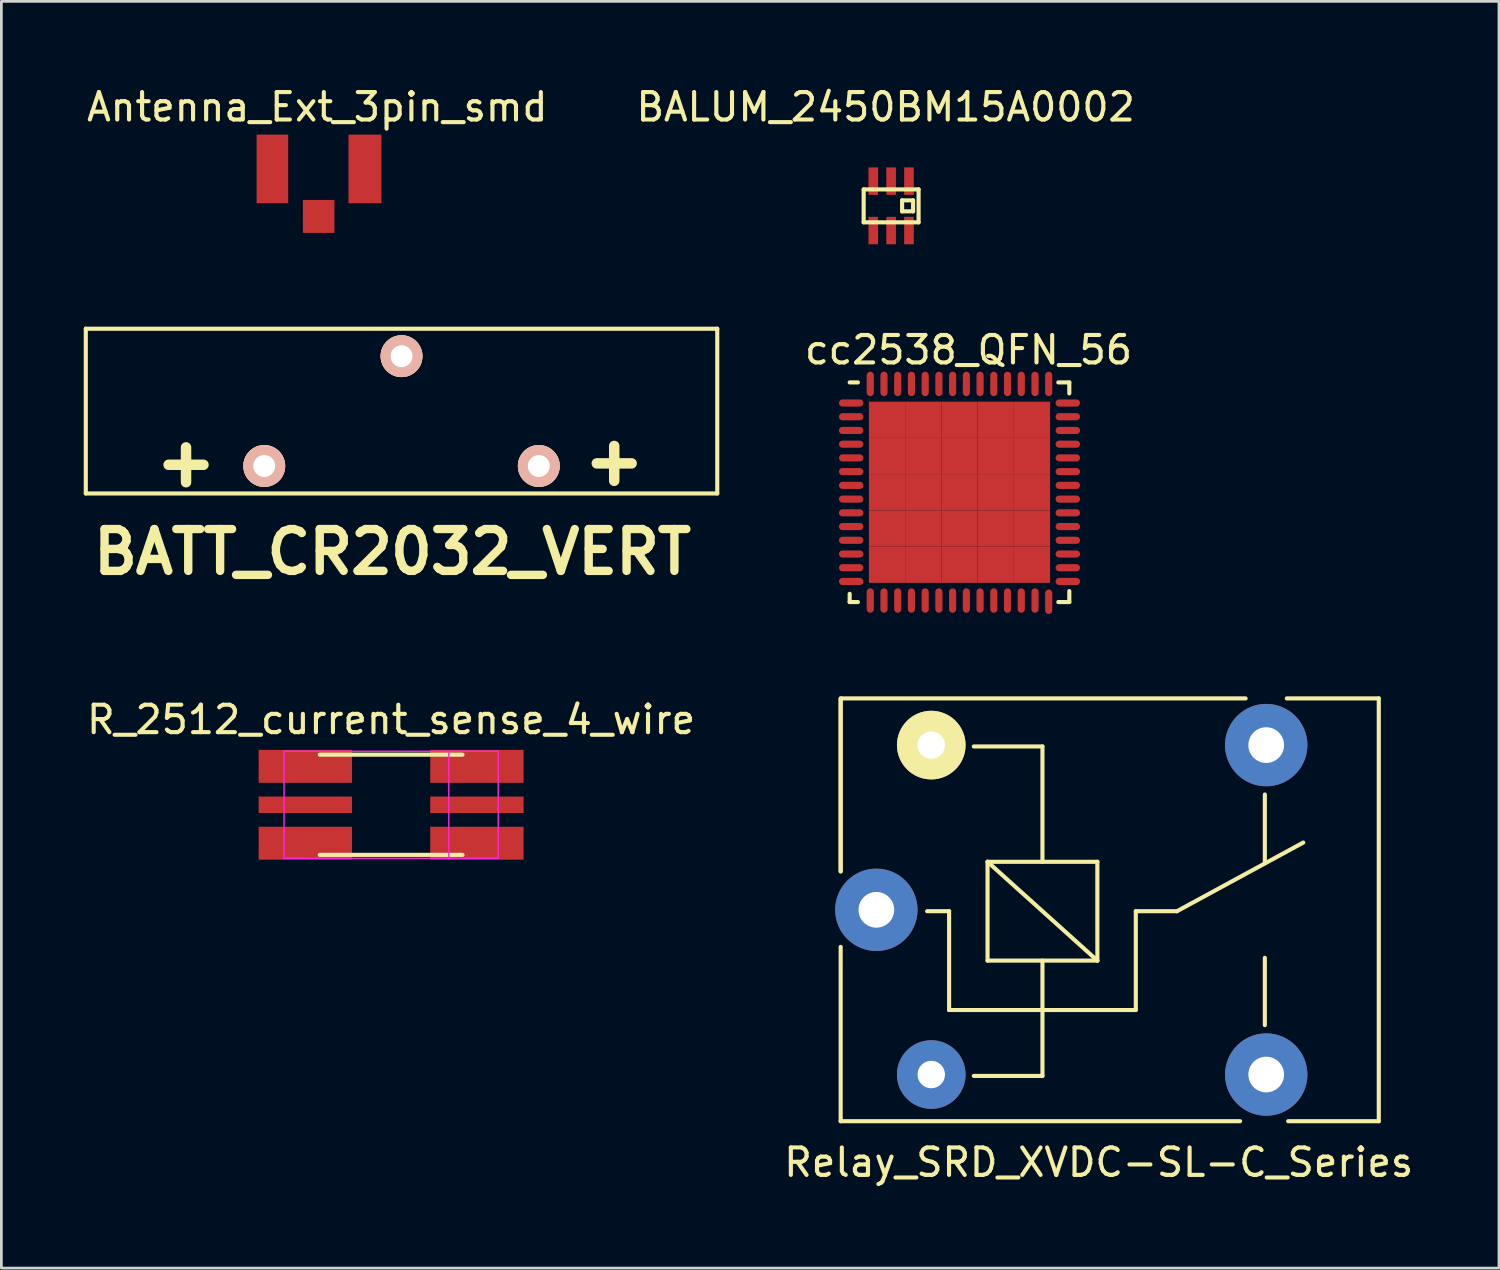
<source format=kicad_pcb>
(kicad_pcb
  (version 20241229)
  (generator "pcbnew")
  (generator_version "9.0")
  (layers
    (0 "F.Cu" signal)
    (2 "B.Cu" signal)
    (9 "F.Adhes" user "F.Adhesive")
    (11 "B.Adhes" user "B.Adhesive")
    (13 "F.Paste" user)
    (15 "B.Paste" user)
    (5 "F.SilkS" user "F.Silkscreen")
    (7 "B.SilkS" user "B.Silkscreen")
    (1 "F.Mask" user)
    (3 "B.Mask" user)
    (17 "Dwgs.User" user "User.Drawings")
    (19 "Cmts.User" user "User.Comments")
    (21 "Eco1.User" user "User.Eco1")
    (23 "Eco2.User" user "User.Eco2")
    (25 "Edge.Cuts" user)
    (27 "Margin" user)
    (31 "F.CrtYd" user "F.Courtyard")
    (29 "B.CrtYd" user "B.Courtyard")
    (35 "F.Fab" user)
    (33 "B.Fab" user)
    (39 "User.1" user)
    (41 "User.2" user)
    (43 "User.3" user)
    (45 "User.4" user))
  (footprint "Relay_SRD_XVDC-SL-C_Series"
    (layer "F.Cu")
    (at 28.87 30.089)
    (property "Reference" "Relay_SRD_XVDC-SL-C_Series" (at 8.1 9.2 0) (layer "F.SilkS") (effects (font (size 1 1) (thickness 0.15))))
    (attr through_hole)
    (fp_line (start -1.3 -7.7) (end 13.45 -7.7) (stroke (width 0.15) (type solid)) (layer "F.SilkS"))
    (fp_line (start -1.3 -7.65) (end -1.3 -1.4) (stroke (width 0.15) (type solid)) (layer "F.SilkS"))
    (fp_line (start -1.3 -1.4) (end -1.3 -7.7) (stroke (width 0.15) (type solid)) (layer "F.SilkS"))
    (fp_line (start -1.3 1.35) (end -1.3 7.7) (stroke (width 0.15) (type solid)) (layer "F.SilkS"))
    (fp_line (start -1.3 7.7) (end 13.25 7.7) (stroke (width 0.15) (type solid)) (layer "F.SilkS"))
    (fp_line (start 2.65 0.05) (end 1.85 0.05) (stroke (width 0.15) (type solid)) (layer "F.SilkS"))
    (fp_line (start 2.65 0.05) (end 2.65 3.65) (stroke (width 0.15) (type solid)) (layer "F.SilkS"))
    (fp_line (start 3.55 6.05) (end 6.05 6.05) (stroke (width 0.15) (type solid)) (layer "F.SilkS"))
    (fp_line (start 4.05 -1.75) (end 8.05 -1.75) (stroke (width 0.15) (type solid)) (layer "F.SilkS"))
    (fp_line (start 4.05 1.85) (end 4.05 -1.75) (stroke (width 0.15) (type solid)) (layer "F.SilkS"))
    (fp_line (start 6.05 -5.95) (end 3.55 -5.95) (stroke (width 0.15) (type solid)) (layer "F.SilkS"))
    (fp_line (start 6.05 -5.95) (end 6.05 -1.75) (stroke (width 0.15) (type solid)) (layer "F.SilkS"))
    (fp_line (start 6.05 1.85) (end 6.05 6.05) (stroke (width 0.15) (type solid)) (layer "F.SilkS"))
    (fp_line (start 8.05 -1.75) (end 8.05 1.85) (stroke (width 0.15) (type solid)) (layer "F.SilkS"))
    (fp_line (start 8.05 1.85) (end 4.05 -1.75) (stroke (width 0.15) (type solid)) (layer "F.SilkS"))
    (fp_line (start 8.05 1.85) (end 4.05 1.85) (stroke (width 0.15) (type solid)) (layer "F.SilkS"))
    (fp_line (start 9.45 0.05) (end 9.45 3.65) (stroke (width 0.15) (type solid)) (layer "F.SilkS"))
    (fp_line (start 9.45 0.05) (end 10.95 0.05) (stroke (width 0.15) (type solid)) (layer "F.SilkS"))
    (fp_line (start 9.45 3.65) (end 2.65 3.65) (stroke (width 0.15) (type solid)) (layer "F.SilkS"))
    (fp_line (start 10.95 0.05) (end 15.55 -2.45) (stroke (width 0.15) (type solid)) (layer "F.SilkS"))
    (fp_line (start 14.15 -4.2) (end 14.15 -1.7) (stroke (width 0.15) (type solid)) (layer "F.SilkS"))
    (fp_line (start 14.15 4.2) (end 14.15 1.75) (stroke (width 0.15) (type solid)) (layer "F.SilkS"))
    (fp_line (start 15 7.7) (end 18.3 7.7) (stroke (width 0.15) (type solid)) (layer "F.SilkS"))
    (fp_line (start 18.3 -7.7) (end 14.95 -7.7) (stroke (width 0.15) (type solid)) (layer "F.SilkS"))
    (fp_line (start 18.3 7.7) (end 18.3 -7.7) (stroke (width 0.15) (type solid)) (layer "F.SilkS"))
    (pad "1" thru_hole circle (at 14.2 6 90) (size 3 3) (drill 1.3) (layers "*.Cu" "*.Mask"))
    (pad "2" thru_hole circle (at 0 0 90) (size 3 3) (drill 1.3) (layers "*.Cu" "*.Mask"))
    (pad "3" thru_hole circle (at 14.2 -6 90) (size 3 3) (drill 1.3) (layers "*.Cu" "*.Mask"))
    (pad "4" thru_hole circle (at 2 -6 90) (size 2.5 2.5) (drill 1) (layers "*.Cu" "*.Mask" "F.SilkS"))
    (pad "5" thru_hole circle (at 2 6 90) (size 2.5 2.5) (drill 1) (layers "*.Cu" "*.Mask")))
  (footprint "cc2538_QFN_56"
    (layer "F.Cu")
    (at 31.898 14.879)
    (property "Reference" "cc2538_QFN_56" (at 0.329 -5.183 0) (layer "F.SilkS") (effects (font (size 1 1) (thickness 0.15))))
    (attr smd)
    (fp_line (start -4 -4) (end -3.7 -4) (stroke (width 0.15) (type solid)) (layer "F.SilkS"))
    (fp_line (start -4 3.7) (end -4 4) (stroke (width 0.15) (type solid)) (layer "F.SilkS"))
    (fp_line (start -4 4) (end -3.7 4) (stroke (width 0.15) (type solid)) (layer "F.SilkS"))
    (fp_line (start 3.6 -4) (end 4 -4) (stroke (width 0.15) (type solid)) (layer "F.SilkS"))
    (fp_line (start 3.6 4) (end 4 4) (stroke (width 0.15) (type solid)) (layer "F.SilkS"))
    (fp_line (start 4 -4) (end 4 -3.6) (stroke (width 0.15) (type solid)) (layer "F.SilkS"))
    (fp_line (start 4 4) (end 4 3.6) (stroke (width 0.15) (type solid)) (layer "F.SilkS"))
    (pad "1" smd oval (at -3.945 -3.25 270) (size 0.26 0.89) (layers "F.Cu" "F.Mask" "F.Paste"))
    (pad "2" smd oval (at -3.945 -2.75 270) (size 0.26 0.89) (layers "F.Cu" "F.Mask" "F.Paste"))
    (pad "3" smd oval (at -3.945 -2.25 270) (size 0.26 0.89) (layers "F.Cu" "F.Mask" "F.Paste"))
    (pad "4" smd oval (at -3.945 -1.75 270) (size 0.26 0.89) (layers "F.Cu" "F.Mask" "F.Paste"))
    (pad "5" smd oval (at -3.945 -1.25 270) (size 0.26 0.89) (layers "F.Cu" "F.Mask" "F.Paste"))
    (pad "6" smd oval (at -3.945 -0.75 270) (size 0.26 0.89) (layers "F.Cu" "F.Mask" "F.Paste"))
    (pad "7" smd oval (at -3.945 -0.25 270) (size 0.26 0.89) (layers "F.Cu" "F.Mask" "F.Paste"))
    (pad "8" smd oval (at -3.945 0.25 270) (size 0.26 0.89) (layers "F.Cu" "F.Mask" "F.Paste"))
    (pad "9" smd oval (at -3.945 0.75 270) (size 0.26 0.89) (layers "F.Cu" "F.Mask" "F.Paste"))
    (pad "10" smd oval (at -3.945 1.25 270) (size 0.26 0.89) (layers "F.Cu" "F.Mask" "F.Paste"))
    (pad "11" smd oval (at -3.945 1.75 270) (size 0.26 0.89) (layers "F.Cu" "F.Mask" "F.Paste"))
    (pad "12" smd oval (at -3.945 2.25 270) (size 0.26 0.89) (layers "F.Cu" "F.Mask" "F.Paste"))
    (pad "13" smd oval (at -3.945 2.75 270) (size 0.26 0.89) (layers "F.Cu" "F.Mask" "F.Paste"))
    (pad "14" smd oval (at -3.945 3.25 270) (size 0.26 0.89) (layers "F.Cu" "F.Mask" "F.Paste"))
    (pad "15" smd oval (at -3.25 3.945 180) (size 0.26 0.89) (layers "F.Cu" "F.Mask" "F.Paste"))
    (pad "16" smd oval (at -2.75 3.945 180) (size 0.26 0.89) (layers "F.Cu" "F.Mask" "F.Paste"))
    (pad "17" smd oval (at -2.25 3.945 180) (size 0.26 0.89) (layers "F.Cu" "F.Mask" "F.Paste"))
    (pad "18" smd oval (at -1.75 3.945 180) (size 0.26 0.89) (layers "F.Cu" "F.Mask" "F.Paste"))
    (pad "19" smd oval (at -1.25 3.945 180) (size 0.26 0.89) (layers "F.Cu" "F.Mask" "F.Paste"))
    (pad "20" smd oval (at -0.75 3.945 180) (size 0.26 0.89) (layers "F.Cu" "F.Mask" "F.Paste"))
    (pad "21" smd oval (at -0.25 3.945 180) (size 0.26 0.89) (layers "F.Cu" "F.Mask" "F.Paste"))
    (pad "22" smd oval (at 0.25 3.945 180) (size 0.26 0.89) (layers "F.Cu" "F.Mask" "F.Paste"))
    (pad "23" smd oval (at 0.75 3.945 180) (size 0.26 0.89) (layers "F.Cu" "F.Mask" "F.Paste"))
    (pad "24" smd oval (at 1.25 3.945 180) (size 0.26 0.89) (layers "F.Cu" "F.Mask" "F.Paste"))
    (pad "25" smd oval (at 1.75 3.945 180) (size 0.26 0.89) (layers "F.Cu" "F.Mask" "F.Paste"))
    (pad "26" smd oval (at 2.25 3.945 180) (size 0.26 0.89) (layers "F.Cu" "F.Mask" "F.Paste"))
    (pad "27" smd oval (at 2.75 3.945 180) (size 0.26 0.89) (layers "F.Cu" "F.Mask" "F.Paste"))
    (pad "28" smd oval (at 3.25 3.99 180) (size 0.26 0.89) (layers "F.Cu" "F.Mask" "F.Paste"))
    (pad "29" smd oval (at 3.945 3.25 270) (size 0.26 0.89) (layers "F.Cu" "F.Mask" "F.Paste"))
    (pad "30" smd oval (at 3.945 2.75 270) (size 0.26 0.89) (layers "F.Cu" "F.Mask" "F.Paste"))
    (pad "31" smd oval (at 3.945 2.25 270) (size 0.26 0.89) (layers "F.Cu" "F.Mask" "F.Paste"))
    (pad "32" smd oval (at 3.945 1.75 270) (size 0.26 0.89) (layers "F.Cu" "F.Mask" "F.Paste"))
    (pad "33" smd oval (at 3.945 1.25 270) (size 0.26 0.89) (layers "F.Cu" "F.Mask" "F.Paste"))
    (pad "34" smd oval (at 3.945 0.75 270) (size 0.26 0.89) (layers "F.Cu" "F.Mask" "F.Paste"))
    (pad "35" smd oval (at 3.945 0.25 270) (size 0.26 0.89) (layers "F.Cu" "F.Mask" "F.Paste"))
    (pad "36" smd oval (at 3.945 -0.25 270) (size 0.26 0.89) (layers "F.Cu" "F.Mask" "F.Paste"))
    (pad "37" smd oval (at 3.945 -0.75 270) (size 0.26 0.89) (layers "F.Cu" "F.Mask" "F.Paste"))
    (pad "38" smd oval (at 3.945 -1.25 270) (size 0.26 0.89) (layers "F.Cu" "F.Mask" "F.Paste"))
    (pad "39" smd oval (at 3.945 -1.75 270) (size 0.26 0.89) (layers "F.Cu" "F.Mask" "F.Paste"))
    (pad "40" smd oval (at 3.945 -2.25 270) (size 0.26 0.89) (layers "F.Cu" "F.Mask" "F.Paste"))
    (pad "41" smd oval (at 3.945 -2.75 270) (size 0.26 0.89) (layers "F.Cu" "F.Mask" "F.Paste"))
    (pad "42" smd oval (at 3.945 -3.25 270) (size 0.26 0.89) (layers "F.Cu" "F.Mask" "F.Paste"))
    (pad "43" smd oval (at 3.25 -3.945 180) (size 0.26 0.89) (layers "F.Cu" "F.Mask" "F.Paste"))
    (pad "44" smd oval (at 2.75 -3.945 180) (size 0.26 0.89) (layers "F.Cu" "F.Mask" "F.Paste"))
    (pad "45" smd oval (at 2.25 -3.945 180) (size 0.26 0.89) (layers "F.Cu" "F.Mask" "F.Paste"))
    (pad "46" smd oval (at 1.75 -3.945 180) (size 0.26 0.89) (layers "F.Cu" "F.Mask" "F.Paste"))
    (pad "47" smd oval (at 1.25 -3.945 180) (size 0.26 0.89) (layers "F.Cu" "F.Mask" "F.Paste"))
    (pad "48" smd oval (at 0.75 -3.945 180) (size 0.26 0.89) (layers "F.Cu" "F.Mask" "F.Paste"))
    (pad "49" smd oval (at 0.25 -3.945 180) (size 0.26 0.89) (layers "F.Cu" "F.Mask" "F.Paste"))
    (pad "50" smd oval (at -0.25 -3.945 180) (size 0.26 0.89) (layers "F.Cu" "F.Mask" "F.Paste"))
    (pad "51" smd oval (at -0.75 -3.945 180) (size 0.26 0.89) (layers "F.Cu" "F.Mask" "F.Paste"))
    (pad "52" smd oval (at -1.25 -3.945 180) (size 0.26 0.89) (layers "F.Cu" "F.Mask" "F.Paste"))
    (pad "53" smd oval (at -1.75 -3.945 180) (size 0.26 0.89) (layers "F.Cu" "F.Mask" "F.Paste"))
    (pad "54" smd oval (at -2.25 -3.945 180) (size 0.26 0.89) (layers "F.Cu" "F.Mask" "F.Paste"))
    (pad "55" smd oval (at -2.75 -3.945 180) (size 0.26 0.89) (layers "F.Cu" "F.Mask" "F.Paste"))
    (pad "56" smd oval (at -3.25 -3.945 180) (size 0.26 0.89) (layers "F.Cu" "F.Mask" "F.Paste"))
    (pad "57" smd rect (at -2.64 -2.64 180) (size 1.32 1.32) (layers "F.Cu" "F.Mask" "F.Paste"))
    (pad "57" smd rect (at -2.64 -1.32 180) (size 1.32 1.32) (layers "F.Cu" "F.Mask" "F.Paste"))
    (pad "57" smd rect (at -2.64 0 180) (size 1.32 1.32) (layers "F.Cu" "F.Mask" "F.Paste"))
    (pad "57" smd rect (at -2.64 1.32 180) (size 1.32 1.32) (layers "F.Cu" "F.Mask" "F.Paste"))
    (pad "57" smd rect (at -2.64 2.64 180) (size 1.32 1.32) (layers "F.Cu" "F.Mask" "F.Paste"))
    (pad "57" smd rect (at -1.32 -2.64 180) (size 1.32 1.32) (layers "F.Cu" "F.Mask" "F.Paste"))
    (pad "57" smd rect (at -1.32 -1.32 180) (size 1.32 1.32) (layers "F.Cu" "F.Mask" "F.Paste"))
    (pad "57" smd rect (at -1.32 0 180) (size 1.32 1.32) (layers "F.Cu" "F.Mask" "F.Paste"))
    (pad "57" smd rect (at -1.32 1.32 180) (size 1.32 1.32) (layers "F.Cu" "F.Mask" "F.Paste"))
    (pad "57" smd rect (at -1.32 2.64 180) (size 1.32 1.32) (layers "F.Cu" "F.Mask" "F.Paste"))
    (pad "57" smd rect (at 0 -2.64 180) (size 1.32 1.32) (layers "F.Cu" "F.Mask" "F.Paste"))
    (pad "57" smd rect (at 0 -1.32 180) (size 1.32 1.32) (layers "F.Cu" "F.Mask" "F.Paste"))
    (pad "57" smd rect (at 0 0 180) (size 1.32 1.32) (layers "F.Cu" "F.Mask" "F.Paste"))
    (pad "57" smd rect (at 0 1.32 180) (size 1.32 1.32) (layers "F.Cu" "F.Mask" "F.Paste"))
    (pad "57" smd rect (at 0 2.64 180) (size 1.32 1.32) (layers "F.Cu" "F.Mask" "F.Paste"))
    (pad "57" smd rect (at 1.32 -2.64 180) (size 1.32 1.32) (layers "F.Cu" "F.Mask" "F.Paste"))
    (pad "57" smd rect (at 1.32 -1.32 180) (size 1.32 1.32) (layers "F.Cu" "F.Mask" "F.Paste"))
    (pad "57" smd rect (at 1.32 0 180) (size 1.32 1.32) (layers "F.Cu" "F.Mask" "F.Paste"))
    (pad "57" smd rect (at 1.32 1.32 180) (size 1.32 1.32) (layers "F.Cu" "F.Mask" "F.Paste"))
    (pad "57" smd rect (at 1.32 2.64 180) (size 1.32 1.32) (layers "F.Cu" "F.Mask" "F.Paste"))
    (pad "57" smd rect (at 2.64 -2.64 180) (size 1.32 1.32) (layers "F.Cu" "F.Mask" "F.Paste"))
    (pad "57" smd rect (at 2.64 -1.32 180) (size 1.32 1.32) (layers "F.Cu" "F.Mask" "F.Paste"))
    (pad "57" smd rect (at 2.64 0 180) (size 1.32 1.32) (layers "F.Cu" "F.Mask" "F.Paste"))
    (pad "57" smd rect (at 2.64 1.32 180) (size 1.32 1.32) (layers "F.Cu" "F.Mask" "F.Paste"))
    (pad "57" smd rect (at 2.64 2.64 180) (size 1.32 1.32) (layers "F.Cu" "F.Mask" "F.Paste")))
  (footprint "Antenna_Ext_3pin_smd"
    (layer "F.Cu")
    (at 8.557 4.353)
    (property "Reference" "Antenna_Ext_3pin_smd" (at -0.051 -3.505 0) (layer "F.SilkS") (effects (font (size 1 1) (thickness 0.15))))
    (attr through_hole)
    (pad "1" smd rect (at 0 0.48) (size 1.15 1.2) (layers "F.Cu" "F.Mask" "F.Paste"))
    (pad "2" smd rect (at -1.685 -1.25 90) (size 2.5 1.15) (layers "F.Cu" "F.Mask" "F.Paste"))
    (pad "2" smd rect (at 1.685 -1.25) (size 1.2 2.5) (layers "F.Cu" "F.Mask" "F.Paste")))
  (footprint "BALUM_2450BM15A0002"
    (layer "F.Cu")
    (at 29.408 4.448)
    (property "Reference" "BALUM_2450BM15A0002" (at -0.2 -3.6 0) (layer "F.SilkS") (effects (font (size 1 1) (thickness 0.15))))
    (attr through_hole)
    (fp_line (start -1 -0.6) (end 1 -0.6) (stroke (width 0.15) (type solid)) (layer "F.SilkS"))
    (fp_line (start -1 0.6) (end -1 -0.6) (stroke (width 0.15) (type solid)) (layer "F.SilkS"))
    (fp_line (start 0.4 -0.2) (end 0.4 0.2) (stroke (width 0.15) (type solid)) (layer "F.SilkS"))
    (fp_line (start 0.4 0.2) (end 0.8 0.2) (stroke (width 0.15) (type solid)) (layer "F.SilkS"))
    (fp_line (start 0.8 -0.2) (end 0.4 -0.2) (stroke (width 0.15) (type solid)) (layer "F.SilkS"))
    (fp_line (start 0.8 0.2) (end 0.8 -0.2) (stroke (width 0.15) (type solid)) (layer "F.SilkS"))
    (fp_line (start 1 -0.6) (end 1 0.6) (stroke (width 0.15) (type solid)) (layer "F.SilkS"))
    (fp_line (start 1 0.6) (end -1 0.6) (stroke (width 0.15) (type solid)) (layer "F.SilkS"))
    (pad "1" smd rect (at 0.65 -0.9) (size 0.35 1) (layers "F.Cu" "F.Mask" "F.Paste"))
    (pad "2" smd rect (at 0 -0.9) (size 0.35 1) (layers "F.Cu" "F.Mask" "F.Paste"))
    (pad "3" smd rect (at -0.65 -0.9) (size 0.35 1) (layers "F.Cu" "F.Mask" "F.Paste"))
    (pad "4" smd rect (at -0.65 0.9) (size 0.35 1) (layers "F.Cu" "F.Mask" "F.Paste"))
    (pad "5" smd rect (at 0 0.9) (size 0.35 1) (layers "F.Cu" "F.Mask" "F.Paste"))
    (pad "6" smd rect (at 0.65 0.9) (size 0.35 1) (layers "F.Cu" "F.Mask" "F.Paste")))
  (footprint "BATT_CR2032_VERT"
    (layer "F.Cu")
    (at 11.575 11.923)
    (property "Reference" "BATT_CR2032_VERT" (at -0.33 5.131 0) (layer "F.SilkS") (effects (font (size 1.524 1.524) (thickness 0.305))))
    (attr through_hole)
    (fp_line (start -11.5 -3) (end -11.5 3) (stroke (width 0.15) (type solid)) (layer "F.SilkS"))
    (fp_line (start -11.5 -3) (end 11.5 -3) (stroke (width 0.15) (type solid)) (layer "F.SilkS"))
    (fp_line (start -11.5 3) (end 11.5 3) (stroke (width 0.15) (type solid)) (layer "F.SilkS"))
    (fp_line (start -8.484 1.956) (end -7.214 1.956) (stroke (width 0.381) (type solid)) (layer "F.SilkS"))
    (fp_line (start -7.849 1.321) (end -7.849 2.591) (stroke (width 0.381) (type solid)) (layer "F.SilkS"))
    (fp_line (start 7.112 1.905) (end 8.382 1.905) (stroke (width 0.381) (type solid)) (layer "F.SilkS"))
    (fp_line (start 7.747 1.27) (end 7.747 2.54) (stroke (width 0.381) (type solid)) (layer "F.SilkS"))
    (fp_line (start 11.5 -3) (end 11.5 3) (stroke (width 0.15) (type solid)) (layer "F.SilkS"))
    (pad "1" thru_hole circle (at -5 2) (size 1.524 1.524) (drill 0.8) (layers "*.Cu" "*.SilkS" "*.Mask"))
    (pad "1" thru_hole circle (at 5 2) (size 1.524 1.524) (drill 0.8) (layers "*.Cu" "*.SilkS" "*.Mask"))
    (pad "2" thru_hole circle (at 0 -2) (size 1.524 1.524) (drill 0.8) (layers "*.Cu" "*.SilkS" "*.Mask")))
  (footprint "R_2512_current_sense_4_wire"
    (layer "F.Cu")
    (at 11.196 26.263)
    (property "Reference" "R_2512_current_sense_4_wire" (at 0 -3.1 0) (layer "F.SilkS") (effects (font (size 1 1) (thickness 0.15))))
    (attr smd)
    (fp_line (start -2.6 -1.825) (end 2.6 -1.825) (stroke (width 0.15) (type solid)) (layer "F.SilkS"))
    (fp_line (start 2.6 1.825) (end -2.6 1.825) (stroke (width 0.15) (type solid)) (layer "F.SilkS"))
    (fp_line (start -3.9 -1.95) (end -3.9 1.95) (stroke (width 0.05) (type solid)) (layer "F.CrtYd"))
    (fp_line (start -3.9 -1.95) (end 3.9 -1.95) (stroke (width 0.05) (type solid)) (layer "F.CrtYd"))
    (fp_line (start -3.9 1.95) (end 3.9 1.95) (stroke (width 0.05) (type solid)) (layer "F.CrtYd"))
    (fp_line (start 2.1 -1.95) (end 2.1 1.95) (stroke (width 0.05) (type solid)) (layer "F.CrtYd"))
    (fp_line (start 3.9 -1.95) (end 3.9 1.95) (stroke (width 0.05) (type solid)) (layer "F.CrtYd"))
    (pad "1" smd rect (at -3.125 -1.4) (size 3.4 1.2) (layers "F.Cu" "F.Mask" "F.Paste"))
    (pad "1" smd rect (at -3.125 1.4) (size 3.4 1.2) (layers "F.Cu" "F.Mask" "F.Paste"))
    (pad "2" smd rect (at 3.125 -1.4) (size 3.4 1.2) (layers "F.Cu" "F.Mask" "F.Paste"))
    (pad "2" smd rect (at 3.125 1.4) (size 3.4 1.2) (layers "F.Cu" "F.Mask" "F.Paste"))
    (pad "3" smd rect (at -3.125 0) (size 3.4 0.6) (layers "F.Cu" "F.Mask" "F.Paste"))
    (pad "4" smd rect (at 3.125 0) (size 3.4 0.6) (layers "F.Cu" "F.Mask" "F.Paste")))
  (gr_rect
    (start -3 -3)
    (end 51.548 43.138)
    (stroke (width 0.1) (type default))
    (fill no)
    (layer "Edge.Cuts")))
</source>
